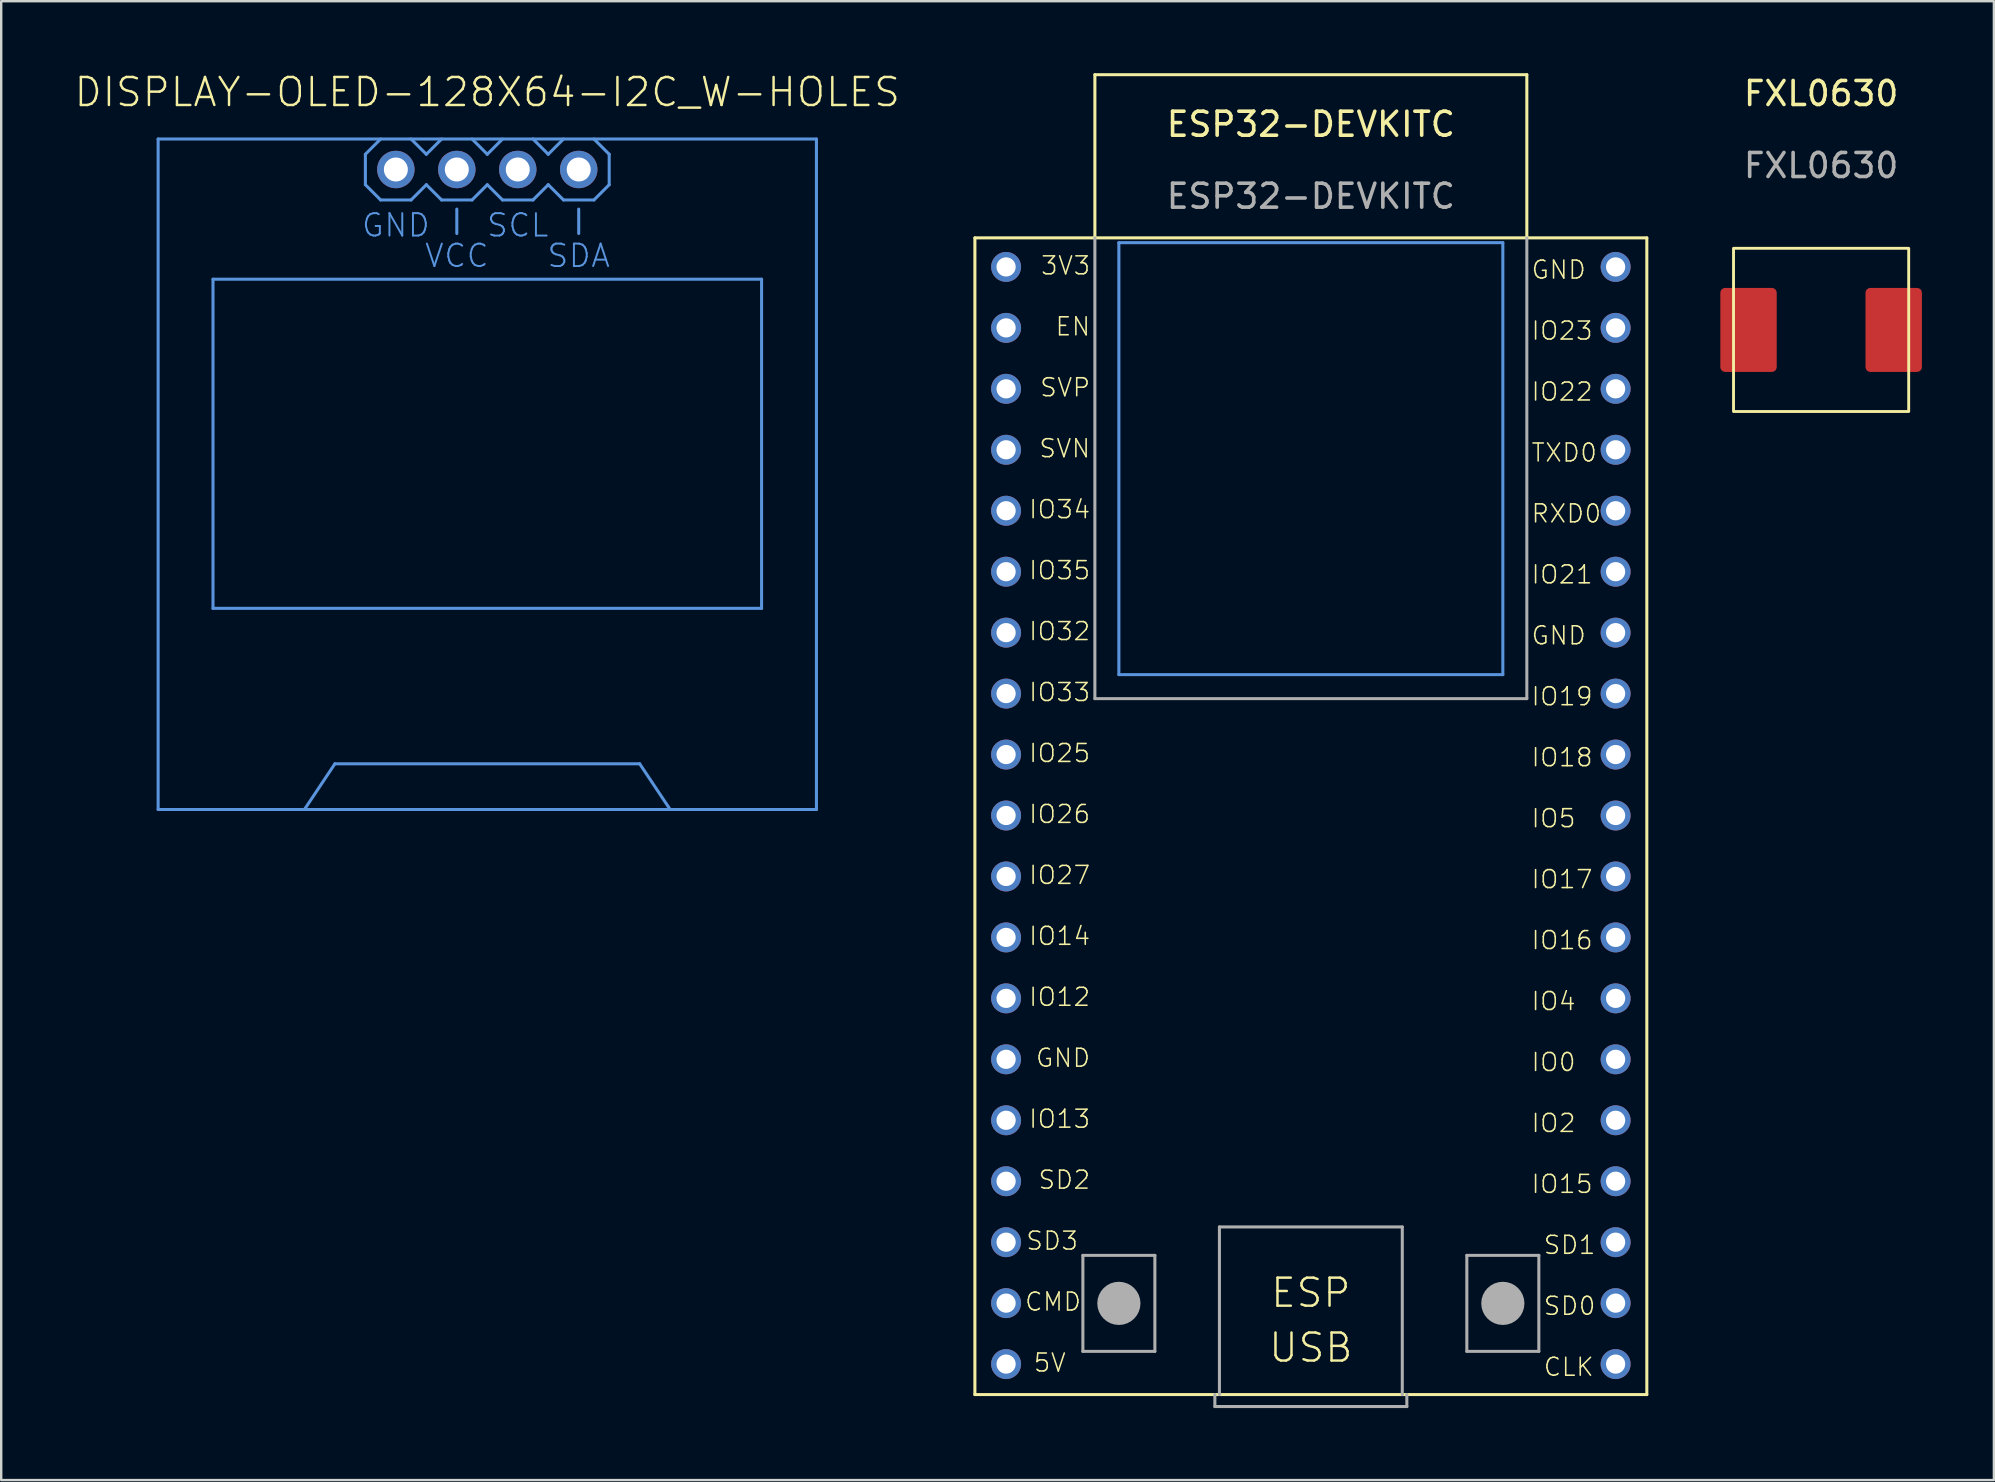
<source format=kicad_pcb>
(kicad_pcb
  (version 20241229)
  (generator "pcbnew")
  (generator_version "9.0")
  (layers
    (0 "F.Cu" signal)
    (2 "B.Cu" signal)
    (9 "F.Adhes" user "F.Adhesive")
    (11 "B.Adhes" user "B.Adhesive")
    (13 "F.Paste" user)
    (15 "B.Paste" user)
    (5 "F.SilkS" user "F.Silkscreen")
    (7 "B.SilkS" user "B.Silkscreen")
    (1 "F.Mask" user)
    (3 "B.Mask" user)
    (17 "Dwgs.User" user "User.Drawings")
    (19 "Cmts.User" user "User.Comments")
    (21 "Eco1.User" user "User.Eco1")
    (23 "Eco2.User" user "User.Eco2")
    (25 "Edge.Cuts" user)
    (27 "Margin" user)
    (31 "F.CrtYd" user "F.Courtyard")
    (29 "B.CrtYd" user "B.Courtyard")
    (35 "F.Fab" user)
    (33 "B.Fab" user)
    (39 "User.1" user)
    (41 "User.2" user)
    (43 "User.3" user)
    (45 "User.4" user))
  (footprint "ESP32-DEVKITC"
    (layer "F.Cu")
    (at 51.575 8.073)
    (property "Reference" "ESP32-DEVKITC" (at 0 -5.945 0) (unlocked yes) (layer "F.SilkS") (effects (font (size 1 1) (thickness 0.15))))
    (attr through_hole)
    (fp_line (start -14 -1.21) (end -9 -1.21) (stroke (width 0.127) (type solid)) (layer "F.SilkS"))
    (fp_line (start -14 46.99) (end -14 -1.21) (stroke (width 0.127) (type solid)) (layer "F.SilkS"))
    (fp_line (start -9 -8.01) (end 9 -8.01) (stroke (width 0.127) (type solid)) (layer "F.SilkS"))
    (fp_line (start -9 -1.21) (end -9 -8.01) (stroke (width 0.127) (type solid)) (layer "F.SilkS"))
    (fp_line (start -9 -1.21) (end 9 -1.21) (stroke (width 0.127) (type solid)) (layer "F.SilkS"))
    (fp_line (start 9 -8.01) (end 9 -1.21) (stroke (width 0.127) (type solid)) (layer "F.SilkS"))
    (fp_line (start 9 -1.21) (end 14 -1.21) (stroke (width 0.127) (type solid)) (layer "F.SilkS"))
    (fp_line (start 14 -1.21) (end 14 46.99) (stroke (width 0.127) (type solid)) (layer "F.SilkS"))
    (fp_line (start 14 46.99) (end -14 46.99) (stroke (width 0.127) (type solid)) (layer "F.SilkS"))
    (fp_line (start -8 -1.01) (end -8 16.99) (stroke (width 0.127) (type solid)) (layer "Cmts.User"))
    (fp_line (start -8 16.99) (end 8 16.99) (stroke (width 0.127) (type solid)) (layer "Cmts.User"))
    (fp_line (start 8 -1.01) (end -8 -1.01) (stroke (width 0.127) (type solid)) (layer "Cmts.User"))
    (fp_line (start 8 16.99) (end 8 -1.01) (stroke (width 0.127) (type solid)) (layer "Cmts.User"))
    (fp_line (start -9.5 41.19) (end -9.5 45.19) (stroke (width 0.127) (type solid)) (layer "F.Fab"))
    (fp_line (start -9.5 45.19) (end -6.5 45.19) (stroke (width 0.127) (type solid)) (layer "F.Fab"))
    (fp_line (start -9 -1.21) (end -9 17.99) (stroke (width 0.127) (type solid)) (layer "F.Fab"))
    (fp_line (start -9 17.99) (end 9 17.99) (stroke (width 0.127) (type solid)) (layer "F.Fab"))
    (fp_line (start -6.5 41.19) (end -9.5 41.19) (stroke (width 0.127) (type solid)) (layer "F.Fab"))
    (fp_line (start -6.5 45.19) (end -6.5 41.19) (stroke (width 0.127) (type solid)) (layer "F.Fab"))
    (fp_line (start -4 46.99) (end -4 47.49) (stroke (width 0.127) (type solid)) (layer "F.Fab"))
    (fp_line (start -4 47.49) (end 4 47.49) (stroke (width 0.127) (type solid)) (layer "F.Fab"))
    (fp_line (start -3.81 40.005) (end 3.81 40.005) (stroke (width 0.127) (type solid)) (layer "F.Fab"))
    (fp_line (start -3.81 46.99) (end -3.81 40.005) (stroke (width 0.127) (type solid)) (layer "F.Fab"))
    (fp_line (start 3.81 40.005) (end 3.81 46.99) (stroke (width 0.127) (type solid)) (layer "F.Fab"))
    (fp_line (start 4 47.49) (end 4 46.99) (stroke (width 0.127) (type solid)) (layer "F.Fab"))
    (fp_line (start 6.5 41.19) (end 6.5 45.19) (stroke (width 0.127) (type solid)) (layer "F.Fab"))
    (fp_line (start 6.5 45.19) (end 9.5 45.19) (stroke (width 0.127) (type solid)) (layer "F.Fab"))
    (fp_line (start 9 17.99) (end 9 -1.21) (stroke (width 0.127) (type solid)) (layer "F.Fab"))
    (fp_line (start 9.5 41.19) (end 6.5 41.19) (stroke (width 0.127) (type solid)) (layer "F.Fab"))
    (fp_line (start 9.5 45.19) (end 9.5 41.19) (stroke (width 0.127) (type solid)) (layer "F.Fab"))
    (fp_circle (center -8 43.19) (end -7.55 43.19) (stroke (width 0.9) (type solid)) (fill no) (layer "F.Fab"))
    (fp_circle (center 8 43.19) (end 8.45 43.19) (stroke (width 0.9) (type solid)) (fill no) (layer "F.Fab"))
    (fp_text user "IO33" (at -9.144 18.161 180) (layer "F.SilkS") (effects (font (size 0.748 0.748) (thickness 0.065)) (justify right bottom)))
    (fp_text user "GND" (at 9.144 14.922 180) (layer "F.SilkS") (effects (font (size 0.748 0.748) (thickness 0.065)) (justify left top)))
    (fp_text user "IO5" (at 9.144 22.543 180) (layer "F.SilkS") (effects (font (size 0.748 0.748) (thickness 0.065)) (justify left top)))
    (fp_text user "3V3" (at -9.144 0.381 180) (layer "F.SilkS") (effects (font (size 0.748 0.748) (thickness 0.065)) (justify right bottom)))
    (fp_text user "IO22" (at 9.144 4.763 180) (layer "F.SilkS") (effects (font (size 0.748 0.748) (thickness 0.065)) (justify left top)))
    (fp_text user "IO27" (at -9.144 25.781 180) (layer "F.SilkS") (effects (font (size 0.748 0.748) (thickness 0.065)) (justify right bottom)))
    (fp_text user "USB" (at 0 45.72 180) (layer "F.SilkS") (effects (font (size 1.168 1.168) (thickness 0.102)) (justify bottom)))
    (fp_text user "SD2" (at -9.144 38.481 180) (layer "F.SilkS") (effects (font (size 0.748 0.748) (thickness 0.065)) (justify right bottom)))
    (fp_text user "IO4" (at 9.144 30.163 180) (layer "F.SilkS") (effects (font (size 0.748 0.748) (thickness 0.065)) (justify left top)))
    (fp_text user "SD0" (at 9.652 42.862 180) (layer "F.SilkS") (effects (font (size 0.748 0.748) (thickness 0.065)) (justify left top)))
    (fp_text user "IO21" (at 9.144 12.383 180) (layer "F.SilkS") (effects (font (size 0.748 0.748) (thickness 0.065)) (justify left top)))
    (fp_text user "IO0" (at 9.144 32.703 180) (layer "F.SilkS") (effects (font (size 0.748 0.748) (thickness 0.065)) (justify left top)))
    (fp_text user "IO26" (at -9.144 23.241 180) (layer "F.SilkS") (effects (font (size 0.748 0.748) (thickness 0.065)) (justify right bottom)))
    (fp_text user "CLK" (at 9.652 45.403 180) (layer "F.SilkS") (effects (font (size 0.748 0.748) (thickness 0.065)) (justify left top)))
    (fp_text user "SD1" (at 9.652 40.322 180) (layer "F.SilkS") (effects (font (size 0.748 0.748) (thickness 0.065)) (justify left top)))
    (fp_text user "GND" (at 9.144 -0.318 180) (layer "F.SilkS") (effects (font (size 0.748 0.748) (thickness 0.065)) (justify left top)))
    (fp_text user "IO32" (at -9.144 15.621 180) (layer "F.SilkS") (effects (font (size 0.748 0.748) (thickness 0.065)) (justify right bottom)))
    (fp_text user "IO16" (at 9.144 27.622 180) (layer "F.SilkS") (effects (font (size 0.748 0.748) (thickness 0.065)) (justify left top)))
    (fp_text user "IO13" (at -9.144 35.941 180) (layer "F.SilkS") (effects (font (size 0.748 0.748) (thickness 0.065)) (justify right bottom)))
    (fp_text user "IO14" (at -9.144 28.321 180) (layer "F.SilkS") (effects (font (size 0.748 0.748) (thickness 0.065)) (justify right bottom)))
    (fp_text user "TXD0" (at 9.144 7.303 180) (layer "F.SilkS") (effects (font (size 0.748 0.748) (thickness 0.065)) (justify left top)))
    (fp_text user "RXD0" (at 9.144 9.842 180) (layer "F.SilkS") (effects (font (size 0.748 0.748) (thickness 0.065)) (justify left top)))
    (fp_text user "IO34" (at -9.144 10.541 180) (layer "F.SilkS") (effects (font (size 0.748 0.748) (thickness 0.065)) (justify right bottom)))
    (fp_text user "ESP" (at 0 43.434 180) (layer "F.SilkS") (effects (font (size 1.168 1.168) (thickness 0.102)) (justify bottom)))
    (fp_text user "5V" (at -10.16 46.101 180) (layer "F.SilkS") (effects (font (size 0.748 0.748) (thickness 0.065)) (justify right bottom)))
    (fp_text user "IO25" (at -9.144 20.701 180) (layer "F.SilkS") (effects (font (size 0.748 0.748) (thickness 0.065)) (justify right bottom)))
    (fp_text user "IO12" (at -9.144 30.861 180) (layer "F.SilkS") (effects (font (size 0.748 0.748) (thickness 0.065)) (justify right bottom)))
    (fp_text user "SD3" (at -9.652 41.021 180) (layer "F.SilkS") (effects (font (size 0.748 0.748) (thickness 0.065)) (justify right bottom)))
    (fp_text user "EN" (at -9.144 2.921 180) (layer "F.SilkS") (effects (font (size 0.748 0.748) (thickness 0.065)) (justify right bottom)))
    (fp_text user "IO15" (at 9.144 37.782 180) (layer "F.SilkS") (effects (font (size 0.748 0.748) (thickness 0.065)) (justify left top)))
    (fp_text user "IO2" (at 9.144 35.242 180) (layer "F.SilkS") (effects (font (size 0.748 0.748) (thickness 0.065)) (justify left top)))
    (fp_text user "SVN" (at -9.144 8.001 180) (layer "F.SilkS") (effects (font (size 0.748 0.748) (thickness 0.065)) (justify right bottom)))
    (fp_text user "IO18" (at 9.144 20.003 180) (layer "F.SilkS") (effects (font (size 0.748 0.748) (thickness 0.065)) (justify left top)))
    (fp_text user "IO23" (at 9.144 2.223 180) (layer "F.SilkS") (effects (font (size 0.748 0.748) (thickness 0.065)) (justify left top)))
    (fp_text user "GND" (at -9.144 33.401 180) (layer "F.SilkS") (effects (font (size 0.748 0.748) (thickness 0.065)) (justify right bottom)))
    (fp_text user "CMD" (at -9.525 43.561 180) (layer "F.SilkS") (effects (font (size 0.748 0.748) (thickness 0.065)) (justify right bottom)))
    (fp_text user "SVP" (at -9.144 5.461 180) (layer "F.SilkS") (effects (font (size 0.748 0.748) (thickness 0.065)) (justify right bottom)))
    (fp_text user "IO17" (at 9.144 25.082 180) (layer "F.SilkS") (effects (font (size 0.748 0.748) (thickness 0.065)) (justify left top)))
    (fp_text user "IO35" (at -9.144 13.081 180) (layer "F.SilkS") (effects (font (size 0.748 0.748) (thickness 0.065)) (justify right bottom)))
    (fp_text user "IO19" (at 9.144 17.462 180) (layer "F.SilkS") (effects (font (size 0.748 0.748) (thickness 0.065)) (justify left top)))
    (fp_text user "${REFERENCE}" (at 0 -2.945 0) (unlocked yes) (layer "F.Fab") (effects (font (size 1 1) (thickness 0.15))))
    (pad "1" thru_hole circle (at -12.7 0) (size 1.248 1.248) (drill 0.8) (layers "*.Cu" "*.Mask"))
    (pad "2" thru_hole circle (at -12.7 2.54) (size 1.248 1.248) (drill 0.8) (layers "*.Cu" "*.Mask"))
    (pad "3" thru_hole circle (at -12.7 5.08) (size 1.248 1.248) (drill 0.8) (layers "*.Cu" "*.Mask"))
    (pad "4" thru_hole circle (at -12.7 7.62) (size 1.248 1.248) (drill 0.8) (layers "*.Cu" "*.Mask"))
    (pad "5" thru_hole circle (at -12.7 10.16) (size 1.248 1.248) (drill 0.8) (layers "*.Cu" "*.Mask"))
    (pad "6" thru_hole circle (at -12.7 12.7) (size 1.248 1.248) (drill 0.8) (layers "*.Cu" "*.Mask"))
    (pad "7" thru_hole circle (at -12.7 15.24) (size 1.248 1.248) (drill 0.8) (layers "*.Cu" "*.Mask"))
    (pad "8" thru_hole circle (at -12.7 17.78) (size 1.248 1.248) (drill 0.8) (layers "*.Cu" "*.Mask"))
    (pad "9" thru_hole circle (at -12.7 20.32) (size 1.248 1.248) (drill 0.8) (layers "*.Cu" "*.Mask"))
    (pad "10" thru_hole circle (at -12.7 22.86) (size 1.248 1.248) (drill 0.8) (layers "*.Cu" "*.Mask"))
    (pad "11" thru_hole circle (at -12.7 25.4) (size 1.248 1.248) (drill 0.8) (layers "*.Cu" "*.Mask"))
    (pad "12" thru_hole circle (at -12.7 27.94) (size 1.248 1.248) (drill 0.8) (layers "*.Cu" "*.Mask"))
    (pad "13" thru_hole circle (at -12.7 30.48) (size 1.248 1.248) (drill 0.8) (layers "*.Cu" "*.Mask"))
    (pad "14" thru_hole circle (at -12.7 33.02) (size 1.248 1.248) (drill 0.8) (layers "*.Cu" "*.Mask"))
    (pad "15" thru_hole circle (at -12.7 35.56) (size 1.248 1.248) (drill 0.8) (layers "*.Cu" "*.Mask"))
    (pad "16" thru_hole circle (at -12.7 38.1) (size 1.248 1.248) (drill 0.8) (layers "*.Cu" "*.Mask"))
    (pad "17" thru_hole circle (at -12.7 40.64) (size 1.248 1.248) (drill 0.8) (layers "*.Cu" "*.Mask"))
    (pad "18" thru_hole circle (at -12.7 43.18) (size 1.248 1.248) (drill 0.8) (layers "*.Cu" "*.Mask"))
    (pad "19" thru_hole circle (at -12.7 45.72) (size 1.248 1.248) (drill 0.8) (layers "*.Cu" "*.Mask"))
    (pad "20" thru_hole circle (at 12.7 45.72) (size 1.248 1.248) (drill 0.8) (layers "*.Cu" "*.Mask"))
    (pad "21" thru_hole circle (at 12.7 43.18) (size 1.248 1.248) (drill 0.8) (layers "*.Cu" "*.Mask"))
    (pad "22" thru_hole circle (at 12.7 40.64) (size 1.248 1.248) (drill 0.8) (layers "*.Cu" "*.Mask"))
    (pad "23" thru_hole circle (at 12.7 38.1) (size 1.248 1.248) (drill 0.8) (layers "*.Cu" "*.Mask"))
    (pad "24" thru_hole circle (at 12.7 35.56) (size 1.248 1.248) (drill 0.8) (layers "*.Cu" "*.Mask"))
    (pad "25" thru_hole circle (at 12.7 33.02) (size 1.248 1.248) (drill 0.8) (layers "*.Cu" "*.Mask"))
    (pad "26" thru_hole circle (at 12.7 30.48) (size 1.248 1.248) (drill 0.8) (layers "*.Cu" "*.Mask"))
    (pad "27" thru_hole circle (at 12.7 27.94) (size 1.248 1.248) (drill 0.8) (layers "*.Cu" "*.Mask"))
    (pad "28" thru_hole circle (at 12.7 25.4) (size 1.248 1.248) (drill 0.8) (layers "*.Cu" "*.Mask"))
    (pad "29" thru_hole circle (at 12.7 22.86) (size 1.248 1.248) (drill 0.8) (layers "*.Cu" "*.Mask"))
    (pad "30" thru_hole circle (at 12.7 20.32) (size 1.248 1.248) (drill 0.8) (layers "*.Cu" "*.Mask"))
    (pad "31" thru_hole circle (at 12.7 17.78) (size 1.248 1.248) (drill 0.8) (layers "*.Cu" "*.Mask"))
    (pad "32" thru_hole circle (at 12.7 15.24) (size 1.248 1.248) (drill 0.8) (layers "*.Cu" "*.Mask"))
    (pad "33" thru_hole circle (at 12.7 12.7) (size 1.248 1.248) (drill 0.8) (layers "*.Cu" "*.Mask"))
    (pad "34" thru_hole circle (at 12.7 10.16) (size 1.248 1.248) (drill 0.8) (layers "*.Cu" "*.Mask"))
    (pad "35" thru_hole circle (at 12.7 7.62) (size 1.248 1.248) (drill 0.8) (layers "*.Cu" "*.Mask"))
    (pad "36" thru_hole circle (at 12.7 5.08) (size 1.248 1.248) (drill 0.8) (layers "*.Cu" "*.Mask"))
    (pad "37" thru_hole circle (at 12.7 2.54) (size 1.248 1.248) (drill 0.8) (layers "*.Cu" "*.Mask"))
    (pad "38" thru_hole circle (at 12.7 0) (size 1.248 1.248) (drill 0.8) (layers "*.Cu" "*.Mask")))
  (footprint "FXL0630"
    (layer "F.Cu")
    (at 72.838 10.698)
    (property "Reference" "FXL0630" (at 0 -9.85 0) (unlocked yes) (layer "F.SilkS") (effects (font (size 1 1) (thickness 0.15))))
    (attr smd)
    (fp_rect (start 3.65 -3.4) (end -3.65 3.4) (stroke (width 0.12) (type solid)) (fill no) (layer "F.SilkS"))
    (fp_text user "${REFERENCE}" (at 0 -6.85 0) (unlocked yes) (layer "F.Fab") (effects (font (size 1 1) (thickness 0.15))))
    (pad "1" smd roundrect (at 3.025 0) (size 2.35 3.5) (layers "F.Cu" "F.Mask" "F.Paste") (roundrect_rratio 0.085))
    (pad "2" smd roundrect (at -3.025 0) (size 2.35 3.5) (layers "F.Cu" "F.Mask" "F.Paste") (roundrect_rratio 0.085)))
  (footprint "DISPLAY-OLED-128X64-I2C_W-HOLES"
    (layer "F.Cu")
    (at 17.256 16.713)
    (property "Reference" "DISPLAY-OLED-128X64-I2C_W-HOLES" (at 0 -15.24 0) (layer "F.SilkS") (effects (font (size 1.168 1.168) (thickness 0.102)) (justify bottom)))
    (fp_line (start -13.716 -13.97) (end 13.716 -13.97) (stroke (width 0.127) (type solid)) (layer "Cmts.User"))
    (fp_line (start -13.716 13.97) (end -13.716 -13.97) (stroke (width 0.127) (type solid)) (layer "Cmts.User"))
    (fp_line (start -11.43 -8.128) (end 11.43 -8.128) (stroke (width 0.127) (type solid)) (layer "Cmts.User"))
    (fp_line (start -11.43 5.588) (end -11.43 -8.128) (stroke (width 0.127) (type solid)) (layer "Cmts.User"))
    (fp_line (start -7.62 13.97) (end -13.716 13.97) (stroke (width 0.127) (type solid)) (layer "Cmts.User"))
    (fp_line (start -7.62 13.97) (end -6.35 12.065) (stroke (width 0.127) (type solid)) (layer "Cmts.User"))
    (fp_line (start -6.35 12.065) (end 6.35 12.065) (stroke (width 0.127) (type solid)) (layer "Cmts.User"))
    (fp_line (start -5.08 -13.335) (end -4.445 -13.97) (stroke (width 0.127) (type solid)) (layer "Cmts.User"))
    (fp_line (start -5.08 -12.065) (end -5.08 -13.335) (stroke (width 0.127) (type solid)) (layer "Cmts.User"))
    (fp_line (start -4.445 -11.43) (end -5.08 -12.065) (stroke (width 0.127) (type solid)) (layer "Cmts.User"))
    (fp_line (start -3.175 -13.97) (end -2.54 -13.335) (stroke (width 0.127) (type solid)) (layer "Cmts.User"))
    (fp_line (start -3.175 -11.43) (end -4.445 -11.43) (stroke (width 0.127) (type solid)) (layer "Cmts.User"))
    (fp_line (start -2.54 -13.335) (end -1.905 -13.97) (stroke (width 0.127) (type solid)) (layer "Cmts.User"))
    (fp_line (start -2.54 -12.065) (end -3.175 -11.43) (stroke (width 0.127) (type solid)) (layer "Cmts.User"))
    (fp_line (start -1.905 -11.43) (end -2.54 -12.065) (stroke (width 0.127) (type solid)) (layer "Cmts.User"))
    (fp_line (start -1.27 -10.033) (end -1.27 -11.049) (stroke (width 0.127) (type solid)) (layer "Cmts.User"))
    (fp_line (start -0.635 -13.97) (end 0 -13.335) (stroke (width 0.127) (type solid)) (layer "Cmts.User"))
    (fp_line (start -0.635 -11.43) (end -1.905 -11.43) (stroke (width 0.127) (type solid)) (layer "Cmts.User"))
    (fp_line (start 0 -13.335) (end 0.635 -13.97) (stroke (width 0.127) (type solid)) (layer "Cmts.User"))
    (fp_line (start 0 -12.065) (end -0.635 -11.43) (stroke (width 0.127) (type solid)) (layer "Cmts.User"))
    (fp_line (start 0.635 -11.43) (end 0 -12.065) (stroke (width 0.127) (type solid)) (layer "Cmts.User"))
    (fp_line (start 1.905 -13.97) (end 2.54 -13.335) (stroke (width 0.127) (type solid)) (layer "Cmts.User"))
    (fp_line (start 1.905 -11.43) (end 0.635 -11.43) (stroke (width 0.127) (type solid)) (layer "Cmts.User"))
    (fp_line (start 2.54 -13.335) (end 3.175 -13.97) (stroke (width 0.127) (type solid)) (layer "Cmts.User"))
    (fp_line (start 2.54 -12.065) (end 1.905 -11.43) (stroke (width 0.127) (type solid)) (layer "Cmts.User"))
    (fp_line (start 3.175 -11.43) (end 2.54 -12.065) (stroke (width 0.127) (type solid)) (layer "Cmts.User"))
    (fp_line (start 3.81 -10.033) (end 3.81 -11.049) (stroke (width 0.127) (type solid)) (layer "Cmts.User"))
    (fp_line (start 4.445 -13.97) (end 5.08 -13.335) (stroke (width 0.127) (type solid)) (layer "Cmts.User"))
    (fp_line (start 4.445 -11.43) (end 3.175 -11.43) (stroke (width 0.127) (type solid)) (layer "Cmts.User"))
    (fp_line (start 5.08 -13.335) (end 5.08 -12.065) (stroke (width 0.127) (type solid)) (layer "Cmts.User"))
    (fp_line (start 5.08 -12.065) (end 4.445 -11.43) (stroke (width 0.127) (type solid)) (layer "Cmts.User"))
    (fp_line (start 6.35 12.065) (end 7.62 13.97) (stroke (width 0.127) (type solid)) (layer "Cmts.User"))
    (fp_line (start 7.62 13.97) (end -7.62 13.97) (stroke (width 0.127) (type solid)) (layer "Cmts.User"))
    (fp_line (start 11.43 -8.128) (end 11.43 5.588) (stroke (width 0.127) (type solid)) (layer "Cmts.User"))
    (fp_line (start 11.43 5.588) (end -11.43 5.588) (stroke (width 0.127) (type solid)) (layer "Cmts.User"))
    (fp_line (start 13.716 -13.97) (end 13.716 13.97) (stroke (width 0.127) (type solid)) (layer "Cmts.User"))
    (fp_line (start 13.716 13.97) (end 7.62 13.97) (stroke (width 0.127) (type solid)) (layer "Cmts.User"))
    (fp_text user "GND" (at -3.81 -10.922 0) (layer "Cmts.User") (effects (font (size 0.935 0.935) (thickness 0.081)) (justify top)))
    (fp_text user "SDA" (at 3.81 -9.652 0) (layer "Cmts.User") (effects (font (size 0.935 0.935) (thickness 0.081)) (justify top)))
    (fp_text user "SCL" (at 1.27 -10.922 0) (layer "Cmts.User") (effects (font (size 0.935 0.935) (thickness 0.081)) (justify top)))
    (fp_text user "VCC" (at -1.27 -9.652 0) (layer "Cmts.User") (effects (font (size 0.935 0.935) (thickness 0.081)) (justify top)))
    (pad "1" thru_hole circle (at -3.81 -12.7) (size 1.56 1.56) (drill 1) (layers "*.Cu" "*.Mask"))
    (pad "2" thru_hole circle (at -1.27 -12.7) (size 1.56 1.56) (drill 1) (layers "*.Cu" "*.Mask"))
    (pad "3" thru_hole circle (at 1.27 -12.7) (size 1.56 1.56) (drill 1) (layers "*.Cu" "*.Mask"))
    (pad "4" thru_hole circle (at 3.81 -12.7) (size 1.56 1.56) (drill 1) (layers "*.Cu" "*.Mask")))
  (gr_rect
    (start -3 -3)
    (end 80.038 58.627)
    (stroke (width 0.1) (type default))
    (fill no)
    (layer "Edge.Cuts")))
</source>
